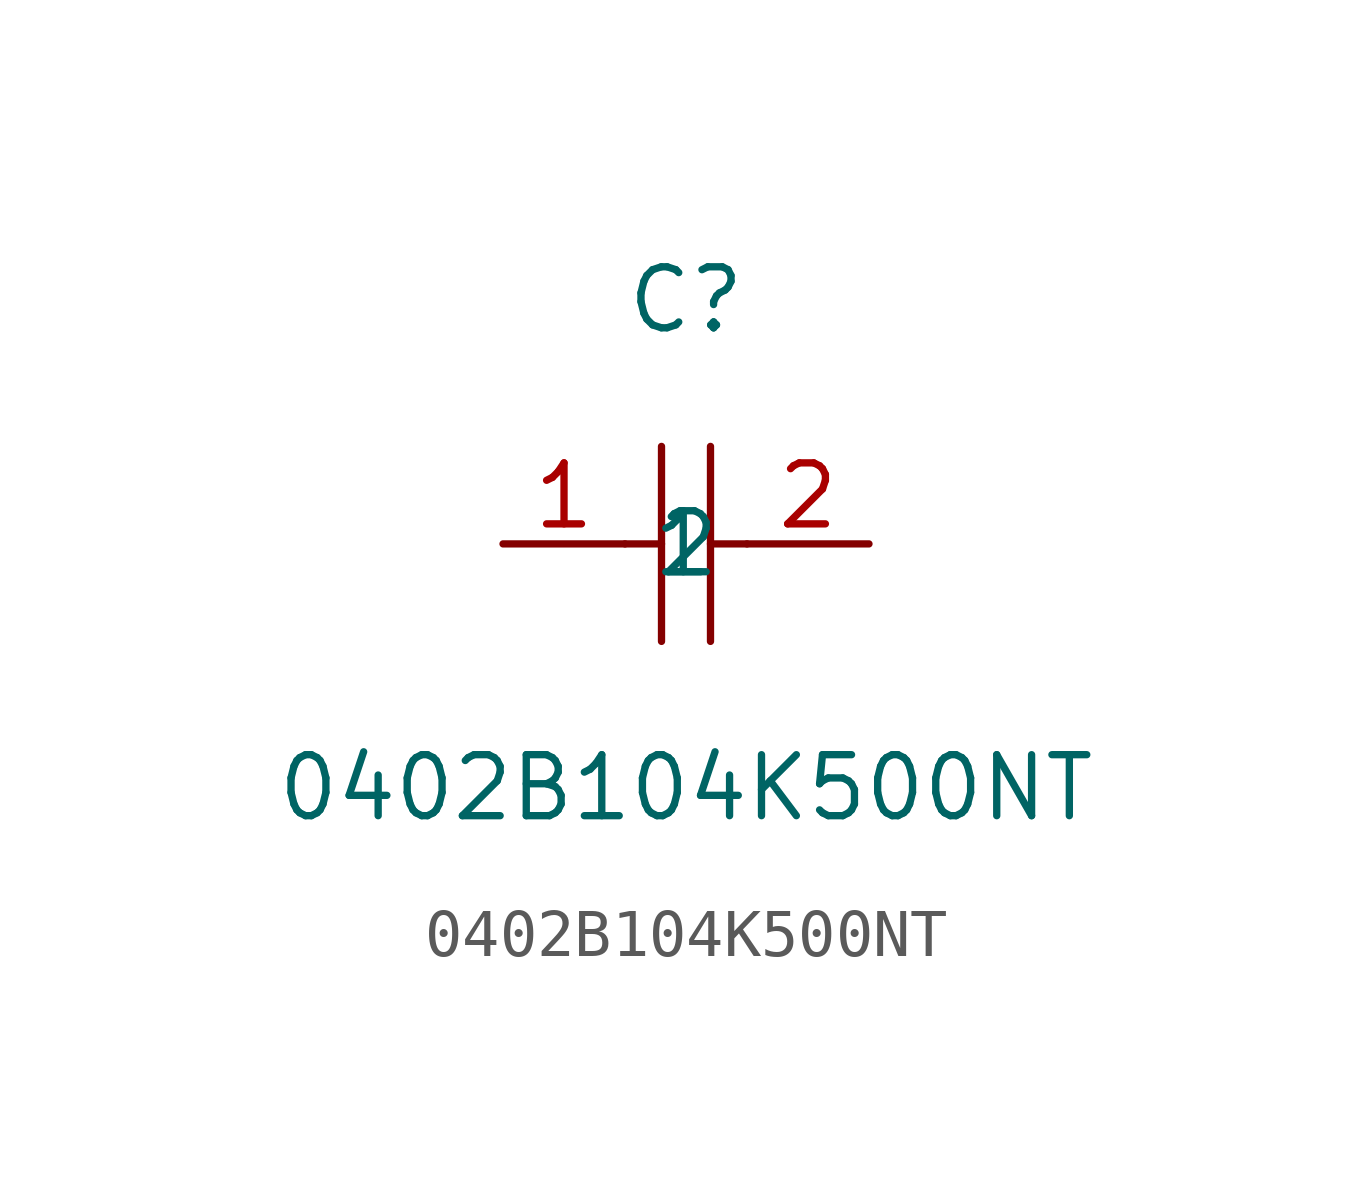
<source format=kicad_sym>
(kicad_symbol_lib
  (version 1)
  (generator "faebryk")
  (symbol "0402B104K500NT"
    (property "Reference" "C"
      (at 0 5.08 0)
      (effects (font (size 1.27 1.27)) (hide no)))
    (property "Value" "0402B104K500NT"
      (at 0 -5.08 0)
      (effects (font (size 1.27 1.27)) (hide no)))
    (symbol "0402B104K500NT_0_1"
      (polyline (stroke (width 0) (type default) (color 0 0 0 0)) (fill (type none)) (pts (xy -0.51 2.03) (xy -0.51 -2.03)))
      (polyline (stroke (width 0) (type default) (color 0 0 0 0)) (fill (type none)) (pts (xy 0.51 2.03) (xy 0.51 -2.03)))
      (polyline (stroke (width 0) (type default) (color 0 0 0 0)) (fill (type none)) (pts (xy -1.27 0) (xy -0.51 0)))
      (polyline (stroke (width 0) (type default) (color 0 0 0 0)) (fill (type none)) (pts (xy 0.51 0) (xy 1.27 0)))
      (pin input line (at -3.81 0 0) (length 2.54) (name "1" (effects (font (size 1.27 1.27)) (hide no))) (number "1" (effects (font (size 1.27 1.27)) (hide no))))
      (pin input line (at 3.81 0 180) (length 2.54) (name "2" (effects (font (size 1.27 1.27)) (hide no))) (number "2" (effects (font (size 1.27 1.27)) (hide no)))))))
</source>
